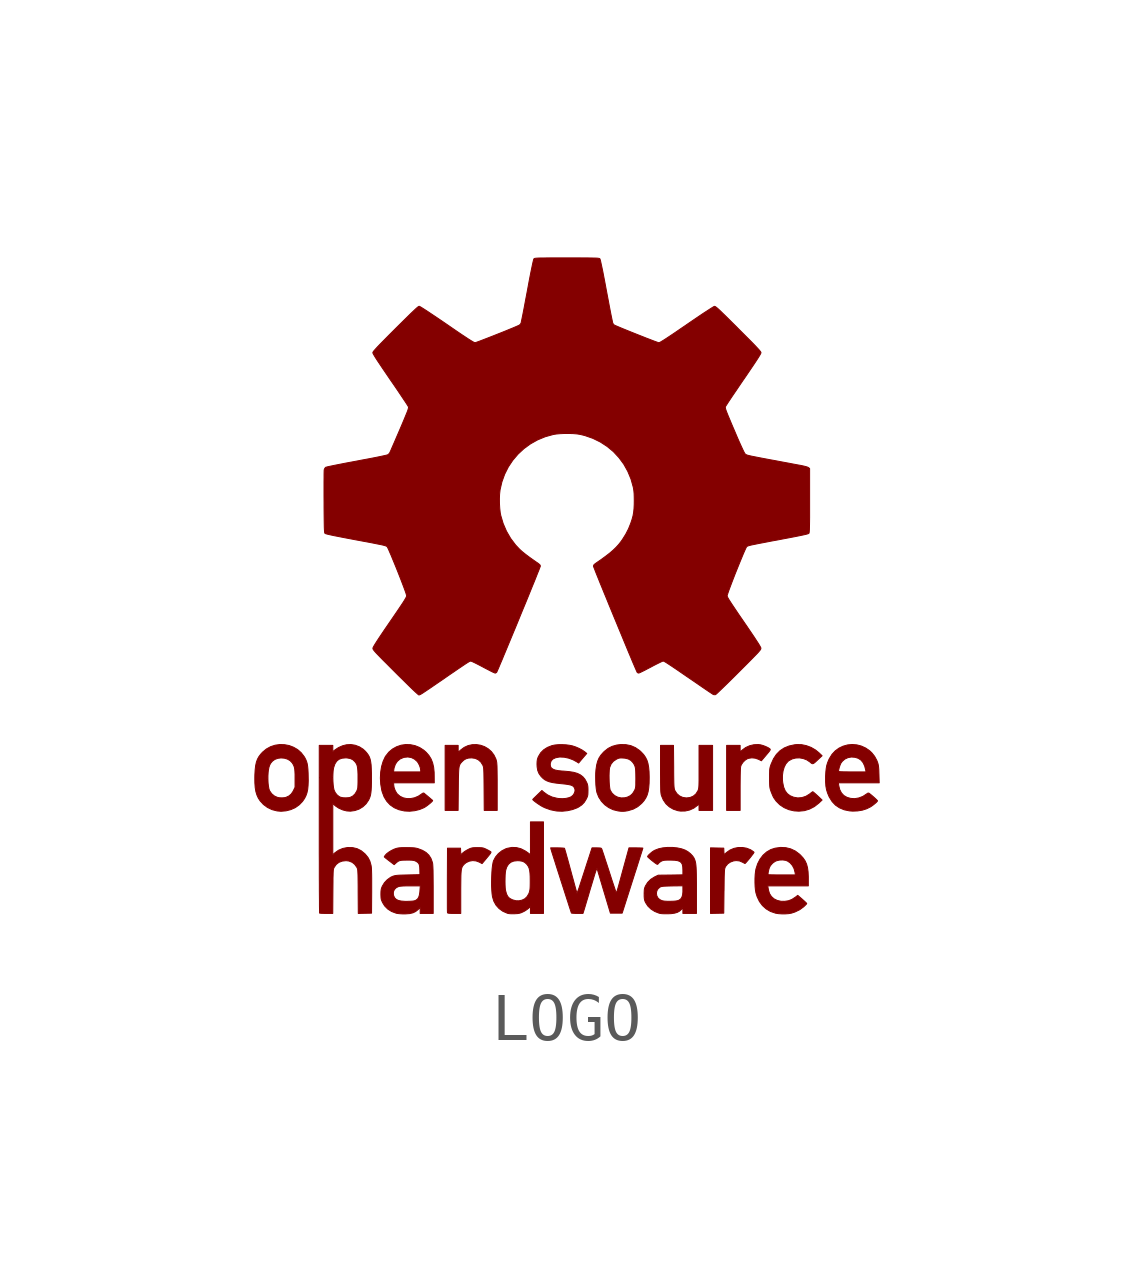
<source format=kicad_sym>
(kicad_symbol_lib
  (version 20220914)
  (generator bitmap2component)
  (symbol "LOGO"
    (pin_names
      (offset 1.016))
    (property "Reference" "#G"
      (at 0 6.203 0)
      (effects (font (size 1.27 1.27)) hide))
    (symbol "LOGO_0_0"
      (polyline (pts (xy -3.359 -6.836) (xy -3.276 -6.83) (xy -3.207 -6.814) (xy -3.151 -6.787) (xy -3.103 -6.749) (xy -3.056 -6.703) (xy -3.056 -6.765) (xy -3.056 -6.827) (xy -2.92 -6.827) (xy -2.785 -6.827) (xy -2.785 -6.334) (xy -2.785 -6.267) (xy -2.786 -6.136) (xy -2.787 -6.024) (xy -2.788 -5.933) (xy -2.791 -5.862) (xy -2.794 -5.813) (xy -2.797 -5.784) (xy -2.803 -5.76) (xy -2.832 -5.679) (xy -2.876 -5.612) (xy -2.934 -5.557) (xy -3.01 -5.512) (xy -3.105 -5.476) (xy -3.129 -5.47) (xy -3.165 -5.463) (xy -3.208 -5.459) (xy -3.264 -5.457) (xy -3.338 -5.456) (xy -3.388 -5.456) (xy -3.442 -5.457) (xy -3.484 -5.46) (xy -3.517 -5.464) (xy -3.547 -5.471) (xy -3.578 -5.481) (xy -3.609 -5.493) (xy -3.664 -5.521) (xy -3.715 -5.553) (xy -3.758 -5.587) (xy -3.786 -5.618) (xy -3.798 -5.638) (xy -3.804 -5.649) (xy -3.795 -5.657) (xy -3.773 -5.676) (xy -3.741 -5.701) (xy -3.701 -5.732) (xy -3.598 -5.811) (xy -3.555 -5.772) (xy -3.552 -5.77) (xy -3.527 -5.749) (xy -3.502 -5.734) (xy -3.474 -5.725) (xy -3.437 -5.719) (xy -3.388 -5.717) (xy -3.321 -5.716) (xy -3.277 -5.716) (xy -3.231 -5.718) (xy -3.197 -5.722) (xy -3.171 -5.728) (xy -3.149 -5.738) (xy -3.113 -5.759) (xy -3.089 -5.783) (xy -3.074 -5.814) (xy -3.066 -5.858) (xy -3.063 -5.918) (xy -3.061 -6.019) (xy -3.316 -6.025) (xy -3.362 -6.026) (xy -3.434 -6.028) (xy -3.49 -6.03) (xy -3.532 -6.033) (xy -3.564 -6.037) (xy -3.589 -6.042) (xy -3.611 -6.048) (xy -3.633 -6.056) (xy -3.671 -6.074) (xy -3.74 -6.123) (xy -3.799 -6.185) (xy -3.842 -6.255) (xy -3.849 -6.27) (xy -3.862 -6.303) (xy -3.869 -6.335) (xy -3.873 -6.374) (xy -3.874 -6.426) (xy -3.874 -6.431) (xy -3.615 -6.431) (xy -3.614 -6.377) (xy -3.593 -6.329) (xy -3.555 -6.291) (xy -3.503 -6.265) (xy -3.496 -6.264) (xy -3.461 -6.259) (xy -3.408 -6.255) (xy -3.339 -6.253) (xy -3.256 -6.253) (xy -3.053 -6.253) (xy -3.061 -6.353) (xy -3.063 -6.381) (xy -3.073 -6.445) (xy -3.088 -6.492) (xy -3.111 -6.526) (xy -3.142 -6.55) (xy -3.157 -6.557) (xy -3.18 -6.565) (xy -3.212 -6.57) (xy -3.255 -6.573) (xy -3.316 -6.575) (xy -3.377 -6.575) (xy -3.453 -6.569) (xy -3.511 -6.556) (xy -3.555 -6.534) (xy -3.587 -6.503) (xy -3.607 -6.462) (xy -3.615 -6.431) (xy -3.874 -6.431) (xy -3.873 -6.465) (xy -3.871 -6.504) (xy -3.866 -6.535) (xy -3.855 -6.565) (xy -3.838 -6.602) (xy -3.796 -6.67) (xy -3.732 -6.735) (xy -3.652 -6.786) (xy -3.556 -6.822) (xy -3.542 -6.825) (xy -3.5 -6.831) (xy -3.449 -6.835) (xy -3.395 -6.837) (xy -3.359 -6.836)) (stroke (width 0.01) (type default)) (fill (type outline)))
      (polyline (pts (xy -1.082 -6.833) (xy -1.031 -6.83) (xy -0.992 -6.824) (xy -0.957 -6.814) (xy -0.919 -6.797) (xy -0.881 -6.778) (xy -0.838 -6.75) (xy -0.803 -6.724) (xy -0.759 -6.683) (xy -0.759 -6.755) (xy -0.759 -6.827) (xy -0.623 -6.827) (xy -0.488 -6.827) (xy -0.488 -5.873) (xy -0.488 -4.92) (xy -0.623 -4.92) (xy -0.759 -4.92) (xy -0.759 -5.261) (xy -0.759 -5.603) (xy -0.816 -5.56) (xy -0.866 -5.526) (xy -0.958 -5.479) (xy -1.052 -5.455) (xy -1.147 -5.452) (xy -1.244 -5.471) (xy -1.276 -5.482) (xy -1.357 -5.524) (xy -1.429 -5.582) (xy -1.487 -5.652) (xy -1.528 -5.73) (xy -1.537 -5.761) (xy -1.548 -5.82) (xy -1.557 -5.893) (xy -1.563 -5.977) (xy -1.567 -6.067) (xy -1.569 -6.16) (xy -1.569 -6.16) (xy -1.289 -6.16) (xy -1.288 -6.089) (xy -1.286 -6.023) (xy -1.281 -5.966) (xy -1.274 -5.925) (xy -1.254 -5.862) (xy -1.218 -5.803) (xy -1.169 -5.761) (xy -1.106 -5.736) (xy -1.03 -5.728) (xy -0.986 -5.73) (xy -0.927 -5.74) (xy -0.881 -5.762) (xy -0.842 -5.796) (xy -0.825 -5.816) (xy -0.803 -5.849) (xy -0.787 -5.886) (xy -0.776 -5.93) (xy -0.769 -5.986) (xy -0.765 -6.056) (xy -0.764 -6.144) (xy -0.764 -6.194) (xy -0.765 -6.256) (xy -0.767 -6.302) (xy -0.771 -6.338) (xy -0.777 -6.366) (xy -0.784 -6.392) (xy -0.792 -6.413) (xy -0.829 -6.476) (xy -0.877 -6.522) (xy -0.935 -6.55) (xy -1 -6.564) (xy -1.06 -6.563) (xy -1.124 -6.546) (xy -1.145 -6.538) (xy -1.195 -6.511) (xy -1.232 -6.473) (xy -1.258 -6.421) (xy -1.277 -6.352) (xy -1.28 -6.34) (xy -1.285 -6.291) (xy -1.288 -6.229) (xy -1.289 -6.16) (xy -1.569 -6.16) (xy -1.569 -6.252) (xy -1.565 -6.338) (xy -1.559 -6.415) (xy -1.55 -6.479) (xy -1.522 -6.572) (xy -1.476 -6.655) (xy -1.413 -6.725) (xy -1.334 -6.782) (xy -1.241 -6.823) (xy -1.217 -6.829) (xy -1.163 -6.834) (xy -1.093 -6.834) (xy -1.082 -6.833)) (stroke (width 0.01) (type default)) (fill (type outline)))
      (polyline (pts (xy 2.108 -6.834) (xy 2.173 -6.831) (xy 2.244 -6.821) (xy 2.301 -6.804) (xy 2.346 -6.779) (xy 2.384 -6.744) (xy 2.416 -6.707) (xy 2.416 -6.767) (xy 2.416 -6.827) (xy 2.557 -6.827) (xy 2.698 -6.827) (xy 2.698 -6.342) (xy 2.698 -6.327) (xy 2.698 -6.201) (xy 2.697 -6.095) (xy 2.696 -6.006) (xy 2.694 -5.932) (xy 2.691 -5.872) (xy 2.687 -5.822) (xy 2.682 -5.782) (xy 2.675 -5.749) (xy 2.667 -5.721) (xy 2.657 -5.695) (xy 2.646 -5.671) (xy 2.619 -5.631) (xy 2.574 -5.583) (xy 2.521 -5.541) (xy 2.465 -5.509) (xy 2.392 -5.482) (xy 2.299 -5.462) (xy 2.199 -5.452) (xy 2.097 -5.452) (xy 1.998 -5.461) (xy 1.908 -5.481) (xy 1.833 -5.51) (xy 1.812 -5.521) (xy 1.776 -5.545) (xy 1.741 -5.574) (xy 1.71 -5.602) (xy 1.688 -5.627) (xy 1.68 -5.643) (xy 1.684 -5.649) (xy 1.702 -5.667) (xy 1.73 -5.691) (xy 1.764 -5.72) (xy 1.801 -5.749) (xy 1.835 -5.775) (xy 1.863 -5.794) (xy 1.88 -5.804) (xy 1.892 -5.803) (xy 1.907 -5.787) (xy 1.912 -5.78) (xy 1.934 -5.76) (xy 1.964 -5.74) (xy 1.973 -5.736) (xy 1.994 -5.727) (xy 2.018 -5.721) (xy 2.048 -5.718) (xy 2.091 -5.716) (xy 2.151 -5.716) (xy 2.165 -5.716) (xy 2.246 -5.719) (xy 2.307 -5.728) (xy 2.353 -5.745) (xy 2.384 -5.771) (xy 2.404 -5.808) (xy 2.413 -5.858) (xy 2.416 -5.924) (xy 2.416 -6.023) (xy 2.159 -6.027) (xy 1.902 -6.03) (xy 1.831 -6.064) (xy 1.823 -6.068) (xy 1.746 -6.117) (xy 1.683 -6.18) (xy 1.637 -6.253) (xy 1.628 -6.274) (xy 1.618 -6.302) (xy 1.612 -6.332) (xy 1.61 -6.371) (xy 1.609 -6.405) (xy 1.864 -6.405) (xy 1.874 -6.355) (xy 1.9 -6.311) (xy 1.942 -6.277) (xy 1.948 -6.274) (xy 1.964 -6.268) (xy 1.987 -6.264) (xy 2.018 -6.26) (xy 2.061 -6.258) (xy 2.12 -6.256) (xy 2.197 -6.254) (xy 2.416 -6.251) (xy 2.416 -6.346) (xy 2.416 -6.38) (xy 2.409 -6.445) (xy 2.393 -6.492) (xy 2.369 -6.527) (xy 2.334 -6.551) (xy 2.329 -6.553) (xy 2.303 -6.562) (xy 2.269 -6.568) (xy 2.224 -6.572) (xy 2.162 -6.574) (xy 2.092 -6.574) (xy 2.036 -6.571) (xy 1.992 -6.564) (xy 1.957 -6.551) (xy 1.926 -6.532) (xy 1.894 -6.501) (xy 1.871 -6.455) (xy 1.864 -6.405) (xy 1.609 -6.405) (xy 1.609 -6.426) (xy 1.609 -6.472) (xy 1.612 -6.513) (xy 1.617 -6.543) (xy 1.625 -6.57) (xy 1.639 -6.601) (xy 1.686 -6.673) (xy 1.751 -6.736) (xy 1.83 -6.786) (xy 1.921 -6.822) (xy 1.925 -6.823) (xy 1.97 -6.831) (xy 2.03 -6.834) (xy 2.108 -6.834)) (stroke (width 0.01) (type default)) (fill (type outline)))
      (polyline (pts (xy 4.619 -6.831) (xy 4.676 -6.821) (xy 4.75 -6.797) (xy 4.849 -6.749) (xy 4.933 -6.687) (xy 4.94 -6.68) (xy 4.968 -6.653) (xy 4.988 -6.632) (xy 4.995 -6.621) (xy 4.989 -6.612) (xy 4.969 -6.592) (xy 4.939 -6.564) (xy 4.902 -6.531) (xy 4.808 -6.45) (xy 4.758 -6.489) (xy 4.757 -6.489) (xy 4.686 -6.535) (xy 4.614 -6.563) (xy 4.534 -6.575) (xy 4.459 -6.574) (xy 4.381 -6.556) (xy 4.314 -6.523) (xy 4.26 -6.475) (xy 4.221 -6.415) (xy 4.199 -6.344) (xy 4.198 -6.338) (xy 4.192 -6.304) (xy 4.187 -6.277) (xy 4.182 -6.253) (xy 4.605 -6.253) (xy 5.028 -6.253) (xy 5.028 -6.092) (xy 5.028 -6.062) (xy 5.023 -5.959) (xy 5.011 -5.872) (xy 4.991 -5.798) (xy 4.961 -5.732) (xy 4.92 -5.672) (xy 4.866 -5.613) (xy 4.845 -5.593) (xy 4.757 -5.527) (xy 4.661 -5.482) (xy 4.558 -5.457) (xy 4.449 -5.452) (xy 4.335 -5.468) (xy 4.246 -5.497) (xy 4.16 -5.547) (xy 4.085 -5.614) (xy 4.022 -5.697) (xy 3.972 -5.794) (xy 3.937 -5.903) (xy 3.929 -5.949) (xy 3.923 -6.004) (xy 4.189 -6.004) (xy 4.192 -5.975) (xy 4.199 -5.939) (xy 4.208 -5.903) (xy 4.218 -5.872) (xy 4.239 -5.832) (xy 4.284 -5.78) (xy 4.338 -5.742) (xy 4.369 -5.729) (xy 4.431 -5.715) (xy 4.497 -5.713) (xy 4.556 -5.721) (xy 4.593 -5.735) (xy 4.65 -5.774) (xy 4.697 -5.829) (xy 4.732 -5.896) (xy 4.752 -5.973) (xy 4.76 -6.025) (xy 4.478 -6.025) (xy 4.409 -6.025) (xy 4.34 -6.024) (xy 4.281 -6.023) (xy 4.234 -6.022) (xy 4.204 -6.021) (xy 4.192 -6.019) (xy 4.191 -6.019) (xy 4.189 -6.004) (xy 3.923 -6.004) (xy 3.921 -6.021) (xy 3.917 -6.102) (xy 3.917 -6.187) (xy 3.92 -6.268) (xy 3.927 -6.341) (xy 3.937 -6.398) (xy 3.962 -6.478) (xy 4.01 -6.578) (xy 4.073 -6.663) (xy 4.15 -6.732) (xy 4.239 -6.785) (xy 4.341 -6.82) (xy 4.342 -6.821) (xy 4.403 -6.831) (xy 4.474 -6.836) (xy 4.549 -6.836) (xy 4.619 -6.831)) (stroke (width 0.01) (type default)) (fill (type outline)))
      (polyline (pts (xy -4.207 -6.824) (xy -4.069 -6.821) (xy -4.066 -6.383) (xy -4.066 -6.302) (xy -4.066 -6.195) (xy -4.066 -6.098) (xy -4.067 -6.013) (xy -4.069 -5.944) (xy -4.071 -5.891) (xy -4.074 -5.858) (xy -4.08 -5.822) (xy -4.104 -5.737) (xy -4.142 -5.663) (xy -4.199 -5.593) (xy -4.21 -5.582) (xy -4.286 -5.52) (xy -4.37 -5.478) (xy -4.462 -5.456) (xy -4.563 -5.454) (xy -4.576 -5.455) (xy -4.67 -5.474) (xy -4.757 -5.511) (xy -4.832 -5.564) (xy -4.876 -5.605) (xy -4.876 -5.071) (xy -4.876 -4.538) (xy -4.833 -4.577) (xy -4.818 -4.59) (xy -4.748 -4.636) (xy -4.668 -4.671) (xy -4.586 -4.692) (xy -4.508 -4.697) (xy -4.416 -4.684) (xy -4.329 -4.654) (xy -4.25 -4.606) (xy -4.183 -4.543) (xy -4.131 -4.467) (xy -4.118 -4.44) (xy -4.103 -4.403) (xy -4.091 -4.363) (xy -4.083 -4.316) (xy -4.077 -4.26) (xy -4.073 -4.191) (xy -4.071 -4.107) (xy -4.071 -4.004) (xy -4.071 -3.906) (xy -4.074 -3.812) (xy -4.078 -3.733) (xy -4.087 -3.669) (xy -4.098 -3.615) (xy -4.114 -3.569) (xy -4.136 -3.528) (xy -4.163 -3.49) (xy -4.196 -3.451) (xy -4.243 -3.407) (xy -4.321 -3.357) (xy -4.408 -3.324) (xy -4.499 -3.309) (xy -4.591 -3.314) (xy -4.673 -3.335) (xy -4.757 -3.372) (xy -4.83 -3.42) (xy -4.876 -3.458) (xy -4.876 -3.392) (xy -4.876 -3.327) (xy -5.017 -3.327) (xy -5.158 -3.327) (xy -5.158 -3.999) (xy -4.875 -3.999) (xy -4.873 -3.924) (xy -4.869 -3.857) (xy -4.861 -3.804) (xy -4.858 -3.789) (xy -4.832 -3.713) (xy -4.796 -3.657) (xy -4.748 -3.617) (xy -4.686 -3.594) (xy -4.611 -3.587) (xy -4.58 -3.588) (xy -4.512 -3.6) (xy -4.458 -3.626) (xy -4.413 -3.668) (xy -4.413 -3.669) (xy -4.393 -3.696) (xy -4.377 -3.725) (xy -4.366 -3.76) (xy -4.359 -3.803) (xy -4.354 -3.857) (xy -4.351 -3.927) (xy -4.351 -4.015) (xy -4.351 -4.087) (xy -4.352 -4.142) (xy -4.354 -4.183) (xy -4.356 -4.213) (xy -4.361 -4.236) (xy -4.368 -4.256) (xy -4.377 -4.278) (xy -4.378 -4.281) (xy -4.415 -4.34) (xy -4.462 -4.384) (xy -4.516 -4.41) (xy -4.55 -4.416) (xy -4.607 -4.42) (xy -4.665 -4.417) (xy -4.713 -4.407) (xy -4.743 -4.393) (xy -4.787 -4.358) (xy -4.825 -4.31) (xy -4.85 -4.256) (xy -4.85 -4.256) (xy -4.86 -4.21) (xy -4.868 -4.147) (xy -4.873 -4.075) (xy -4.875 -3.999) (xy -5.158 -3.999) (xy -5.158 -5.069) (xy -5.158 -5.21) (xy -5.158 -5.399) (xy -5.158 -5.581) (xy -5.157 -5.755) (xy -5.157 -5.92) (xy -5.157 -6.074) (xy -5.156 -6.218) (xy -5.156 -6.349) (xy -5.155 -6.466) (xy -5.154 -6.569) (xy -5.154 -6.655) (xy -5.153 -6.725) (xy -5.152 -6.776) (xy -5.152 -6.808) (xy -5.151 -6.819) (xy -5.151 -6.82) (xy -5.137 -6.822) (xy -5.106 -6.825) (xy -5.062 -6.826) (xy -5.01 -6.827) (xy -4.877 -6.827) (xy -4.874 -6.369) (xy -4.873 -6.259) (xy -4.872 -6.166) (xy -4.872 -6.091) (xy -4.87 -6.032) (xy -4.869 -5.986) (xy -4.867 -5.95) (xy -4.865 -5.924) (xy -4.862 -5.905) (xy -4.858 -5.89) (xy -4.853 -5.878) (xy -4.847 -5.867) (xy -4.805 -5.807) (xy -4.749 -5.763) (xy -4.681 -5.737) (xy -4.6 -5.728) (xy -4.541 -5.735) (xy -4.475 -5.761) (xy -4.419 -5.805) (xy -4.374 -5.868) (xy -4.369 -5.878) (xy -4.364 -5.89) (xy -4.36 -5.904) (xy -4.357 -5.924) (xy -4.355 -5.95) (xy -4.353 -5.985) (xy -4.351 -6.031) (xy -4.35 -6.09) (xy -4.349 -6.165) (xy -4.348 -6.258) (xy -4.348 -6.369) (xy -4.345 -6.827) (xy -4.207 -6.824)) (stroke (width 0.01) (type default)) (fill (type outline)))
      (polyline (pts (xy -2.211 -6.384) (xy -2.211 -6.309) (xy -2.21 -6.203) (xy -2.209 -6.115) (xy -2.208 -6.042) (xy -2.205 -5.984) (xy -2.201 -5.938) (xy -2.196 -5.902) (xy -2.188 -5.874) (xy -2.178 -5.851) (xy -2.166 -5.832) (xy -2.151 -5.815) (xy -2.133 -5.796) (xy -2.096 -5.767) (xy -2.032 -5.738) (xy -1.963 -5.726) (xy -1.892 -5.733) (xy -1.823 -5.759) (xy -1.767 -5.789) (xy -1.741 -5.758) (xy -1.711 -5.723) (xy -1.665 -5.667) (xy -1.63 -5.625) (xy -1.606 -5.595) (xy -1.591 -5.574) (xy -1.583 -5.559) (xy -1.581 -5.55) (xy -1.584 -5.544) (xy -1.59 -5.539) (xy -1.59 -5.539) (xy -1.61 -5.527) (xy -1.642 -5.509) (xy -1.68 -5.49) (xy -1.681 -5.489) (xy -1.715 -5.474) (xy -1.743 -5.464) (xy -1.773 -5.459) (xy -1.811 -5.457) (xy -1.864 -5.456) (xy -1.865 -5.456) (xy -1.918 -5.457) (xy -1.956 -5.459) (xy -1.986 -5.465) (xy -2.015 -5.474) (xy -2.049 -5.49) (xy -2.088 -5.511) (xy -2.132 -5.538) (xy -2.165 -5.564) (xy -2.209 -5.604) (xy -2.213 -5.535) (xy -2.216 -5.467) (xy -2.352 -5.467) (xy -2.487 -5.467) (xy -2.49 -6.133) (xy -2.49 -6.144) (xy -2.49 -6.262) (xy -2.49 -6.374) (xy -2.49 -6.477) (xy -2.49 -6.57) (xy -2.49 -6.65) (xy -2.49 -6.717) (xy -2.489 -6.768) (xy -2.488 -6.8) (xy -2.487 -6.813) (xy -2.487 -6.814) (xy -2.477 -6.82) (xy -2.451 -6.824) (xy -2.409 -6.826) (xy -2.346 -6.827) (xy -2.211 -6.827) (xy -2.211 -6.384)) (stroke (width 0.01) (type default)) (fill (type outline)))
      (polyline (pts (xy 0.356 -6.759) (xy 0.357 -6.756) (xy 0.366 -6.727) (xy 0.38 -6.68) (xy 0.398 -6.619) (xy 0.42 -6.545) (xy 0.445 -6.463) (xy 0.471 -6.373) (xy 0.499 -6.279) (xy 0.504 -6.264) (xy 0.534 -6.164) (xy 0.559 -6.082) (xy 0.578 -6.018) (xy 0.594 -5.969) (xy 0.606 -5.934) (xy 0.615 -5.911) (xy 0.622 -5.898) (xy 0.626 -5.894) (xy 0.63 -5.897) (xy 0.633 -5.906) (xy 0.635 -5.912) (xy 0.643 -5.94) (xy 0.656 -5.984) (xy 0.674 -6.044) (xy 0.695 -6.116) (xy 0.72 -6.198) (xy 0.746 -6.287) (xy 0.775 -6.383) (xy 0.906 -6.821) (xy 1.028 -6.821) (xy 1.151 -6.821) (xy 1.366 -6.146) (xy 1.381 -6.1) (xy 1.417 -5.986) (xy 1.452 -5.879) (xy 1.483 -5.78) (xy 1.511 -5.692) (xy 1.535 -5.616) (xy 1.555 -5.554) (xy 1.57 -5.507) (xy 1.579 -5.477) (xy 1.582 -5.466) (xy 1.581 -5.466) (xy 1.567 -5.464) (xy 1.535 -5.463) (xy 1.491 -5.462) (xy 1.438 -5.461) (xy 1.293 -5.461) (xy 1.197 -5.811) (xy 1.186 -5.851) (xy 1.161 -5.942) (xy 1.137 -6.03) (xy 1.115 -6.112) (xy 1.095 -6.184) (xy 1.079 -6.243) (xy 1.067 -6.284) (xy 1.067 -6.286) (xy 1.053 -6.333) (xy 1.041 -6.37) (xy 1.032 -6.393) (xy 1.027 -6.398) (xy 1.025 -6.394) (xy 1.017 -6.371) (xy 1.004 -6.331) (xy 0.986 -6.276) (xy 0.963 -6.208) (xy 0.937 -6.13) (xy 0.909 -6.042) (xy 0.879 -5.949) (xy 0.863 -5.899) (xy 0.833 -5.807) (xy 0.805 -5.723) (xy 0.781 -5.648) (xy 0.76 -5.584) (xy 0.743 -5.535) (xy 0.732 -5.501) (xy 0.726 -5.486) (xy 0.721 -5.476) (xy 0.712 -5.468) (xy 0.695 -5.464) (xy 0.665 -5.462) (xy 0.619 -5.461) (xy 0.523 -5.461) (xy 0.446 -5.7) (xy 0.418 -5.784) (xy 0.386 -5.884) (xy 0.352 -5.989) (xy 0.319 -6.09) (xy 0.29 -6.179) (xy 0.276 -6.222) (xy 0.256 -6.285) (xy 0.237 -6.337) (xy 0.223 -6.377) (xy 0.214 -6.402) (xy 0.209 -6.409) (xy 0.208 -6.403) (xy 0.201 -6.377) (xy 0.189 -6.335) (xy 0.173 -6.277) (xy 0.154 -6.207) (xy 0.132 -6.125) (xy 0.107 -6.036) (xy 0.081 -5.939) (xy 0.063 -5.873) (xy 0.038 -5.781) (xy 0.015 -5.697) (xy -0.006 -5.623) (xy -0.023 -5.561) (xy -0.037 -5.514) (xy -0.046 -5.483) (xy -0.05 -5.471) (xy -0.05 -5.47) (xy -0.066 -5.467) (xy -0.099 -5.464) (xy -0.144 -5.462) (xy -0.197 -5.461) (xy -0.338 -5.461) (xy -0.332 -5.486) (xy -0.332 -5.489) (xy -0.325 -5.509) (xy -0.314 -5.547) (xy -0.297 -5.6) (xy -0.276 -5.667) (xy -0.251 -5.744) (xy -0.224 -5.831) (xy -0.194 -5.925) (xy -0.162 -6.024) (xy -0.13 -6.125) (xy -0.097 -6.227) (xy -0.065 -6.327) (xy -0.034 -6.424) (xy -0.005 -6.514) (xy 0.022 -6.597) (xy 0.045 -6.67) (xy 0.065 -6.731) (xy 0.08 -6.777) (xy 0.09 -6.807) (xy 0.094 -6.819) (xy 0.102 -6.821) (xy 0.129 -6.824) (xy 0.169 -6.826) (xy 0.217 -6.827) (xy 0.335 -6.827) (xy 0.356 -6.759)) (stroke (width 0.01) (type default)) (fill (type outline)))
      (polyline (pts (xy 3.129 -6.824) (xy 3.267 -6.821) (xy 3.272 -6.361) (xy 3.273 -6.348) (xy 3.274 -6.238) (xy 3.275 -6.148) (xy 3.276 -6.074) (xy 3.278 -6.016) (xy 3.28 -5.971) (xy 3.282 -5.937) (xy 3.284 -5.911) (xy 3.288 -5.892) (xy 3.292 -5.878) (xy 3.297 -5.866) (xy 3.303 -5.854) (xy 3.308 -5.845) (xy 3.35 -5.794) (xy 3.407 -5.756) (xy 3.473 -5.732) (xy 3.528 -5.726) (xy 3.594 -5.733) (xy 3.659 -5.761) (xy 3.674 -5.769) (xy 3.698 -5.782) (xy 3.71 -5.787) (xy 3.717 -5.781) (xy 3.735 -5.762) (xy 3.76 -5.733) (xy 3.791 -5.697) (xy 3.822 -5.659) (xy 3.851 -5.621) (xy 3.876 -5.589) (xy 3.892 -5.565) (xy 3.898 -5.554) (xy 3.89 -5.545) (xy 3.867 -5.528) (xy 3.837 -5.508) (xy 3.824 -5.5) (xy 3.743 -5.468) (xy 3.656 -5.453) (xy 3.566 -5.454) (xy 3.479 -5.472) (xy 3.398 -5.506) (xy 3.328 -5.555) (xy 3.273 -5.603) (xy 3.27 -5.535) (xy 3.267 -5.467) (xy 3.129 -5.464) (xy 2.991 -5.461) (xy 2.991 -6.144) (xy 2.991 -6.827) (xy 3.129 -6.824)) (stroke (width 0.01) (type default)) (fill (type outline)))
      (polyline (pts (xy -5.849 -4.69) (xy -5.748 -4.664) (xy -5.654 -4.621) (xy -5.572 -4.562) (xy -5.503 -4.489) (xy -5.503 -4.488) (xy -5.465 -4.433) (xy -5.436 -4.376) (xy -5.414 -4.314) (xy -5.399 -4.244) (xy -5.391 -4.162) (xy -5.387 -4.065) (xy -5.389 -3.95) (xy -5.39 -3.903) (xy -5.394 -3.826) (xy -5.4 -3.764) (xy -5.408 -3.713) (xy -5.42 -3.669) (xy -5.436 -3.628) (xy -5.457 -3.586) (xy -5.474 -3.558) (xy -5.535 -3.479) (xy -5.609 -3.414) (xy -5.694 -3.365) (xy -5.785 -3.33) (xy -5.882 -3.312) (xy -5.98 -3.309) (xy -6.078 -3.323) (xy -6.172 -3.354) (xy -6.259 -3.402) (xy -6.338 -3.467) (xy -6.372 -3.504) (xy -6.413 -3.557) (xy -6.444 -3.613) (xy -6.467 -3.675) (xy -6.483 -3.748) (xy -6.493 -3.835) (xy -6.499 -3.939) (xy -6.5 -3.995) (xy -6.5 -4.038) (xy -6.227 -4.038) (xy -6.227 -3.963) (xy -6.223 -3.891) (xy -6.218 -3.846) (xy -6.206 -3.783) (xy -6.189 -3.733) (xy -6.165 -3.692) (xy -6.132 -3.654) (xy -6.083 -3.619) (xy -6.021 -3.596) (xy -5.954 -3.588) (xy -5.886 -3.593) (xy -5.822 -3.612) (xy -5.766 -3.644) (xy -5.723 -3.688) (xy -5.705 -3.716) (xy -5.689 -3.747) (xy -5.677 -3.78) (xy -5.669 -3.819) (xy -5.665 -3.867) (xy -5.662 -3.93) (xy -5.662 -4.01) (xy -5.662 -4.199) (xy -5.697 -4.271) (xy -5.704 -4.285) (xy -5.742 -4.34) (xy -5.789 -4.38) (xy -5.851 -4.409) (xy -5.883 -4.416) (xy -5.932 -4.42) (xy -5.984 -4.418) (xy -6.025 -4.411) (xy -6.091 -4.382) (xy -6.149 -4.334) (xy -6.193 -4.271) (xy -6.206 -4.233) (xy -6.216 -4.178) (xy -6.224 -4.112) (xy -6.227 -4.038) (xy -6.5 -4.038) (xy -6.499 -4.109) (xy -6.492 -4.206) (xy -6.478 -4.289) (xy -6.456 -4.361) (xy -6.427 -4.425) (xy -6.388 -4.484) (xy -6.321 -4.557) (xy -6.236 -4.62) (xy -6.141 -4.665) (xy -6.036 -4.692) (xy -5.954 -4.699) (xy -5.849 -4.69)) (stroke (width 0.01) (type default)) (fill (type outline)))
      (polyline (pts (xy -3.17 -4.687) (xy -3.067 -4.662) (xy -2.976 -4.624) (xy -2.948 -4.607) (xy -2.913 -4.583) (xy -2.877 -4.555) (xy -2.843 -4.527) (xy -2.816 -4.502) (xy -2.799 -4.483) (xy -2.796 -4.473) (xy -2.799 -4.471) (xy -2.816 -4.457) (xy -2.843 -4.434) (xy -2.877 -4.405) (xy -2.892 -4.392) (xy -2.927 -4.363) (xy -2.955 -4.34) (xy -2.971 -4.326) (xy -2.979 -4.32) (xy -2.992 -4.319) (xy -3.011 -4.328) (xy -3.04 -4.349) (xy -3.095 -4.385) (xy -3.173 -4.418) (xy -3.253 -4.434) (xy -3.333 -4.435) (xy -3.408 -4.419) (xy -3.475 -4.387) (xy -3.531 -4.339) (xy -3.546 -4.32) (xy -3.578 -4.264) (xy -3.6 -4.202) (xy -3.608 -4.144) (xy -3.608 -4.107) (xy -3.186 -4.107) (xy -2.763 -4.107) (xy -2.764 -3.969) (xy -2.765 -3.887) (xy -2.776 -3.78) (xy -2.797 -3.689) (xy -2.829 -3.609) (xy -2.873 -3.538) (xy -2.93 -3.472) (xy -2.982 -3.426) (xy -3.069 -3.37) (xy -3.163 -3.332) (xy -3.26 -3.312) (xy -3.358 -3.309) (xy -3.454 -3.323) (xy -3.547 -3.355) (xy -3.633 -3.403) (xy -3.709 -3.467) (xy -3.773 -3.548) (xy -3.785 -3.567) (xy -3.828 -3.66) (xy -3.86 -3.767) (xy -3.878 -3.879) (xy -3.611 -3.879) (xy -3.604 -3.824) (xy -3.599 -3.795) (xy -3.573 -3.72) (xy -3.532 -3.659) (xy -3.476 -3.611) (xy -3.407 -3.581) (xy -3.391 -3.576) (xy -3.314 -3.568) (xy -3.241 -3.58) (xy -3.175 -3.612) (xy -3.118 -3.662) (xy -3.099 -3.689) (xy -3.071 -3.742) (xy -3.052 -3.798) (xy -3.045 -3.848) (xy -3.045 -3.879) (xy -3.328 -3.879) (xy -3.611 -3.879) (xy -3.878 -3.879) (xy -3.879 -3.884) (xy -3.885 -4.007) (xy -3.878 -4.133) (xy -3.857 -4.257) (xy -3.847 -4.295) (xy -3.807 -4.401) (xy -3.751 -4.491) (xy -3.681 -4.566) (xy -3.596 -4.625) (xy -3.498 -4.667) (xy -3.387 -4.692) (xy -3.382 -4.693) (xy -3.277 -4.698) (xy -3.17 -4.687)) (stroke (width 0.01) (type default)) (fill (type outline)))
      (polyline (pts (xy 0.013 -4.687) (xy 0.118 -4.663) (xy 0.211 -4.628) (xy 0.242 -4.612) (xy 0.31 -4.566) (xy 0.362 -4.512) (xy 0.403 -4.445) (xy 0.419 -4.412) (xy 0.43 -4.382) (xy 0.436 -4.353) (xy 0.438 -4.316) (xy 0.439 -4.264) (xy 0.439 -4.238) (xy 0.437 -4.192) (xy 0.432 -4.157) (xy 0.424 -4.127) (xy 0.41 -4.096) (xy 0.409 -4.093) (xy 0.375 -4.031) (xy 0.333 -3.981) (xy 0.281 -3.941) (xy 0.218 -3.91) (xy 0.141 -3.888) (xy 0.047 -3.873) (xy -0.065 -3.863) (xy -0.104 -3.861) (xy -0.186 -3.852) (xy -0.249 -3.839) (xy -0.294 -3.82) (xy -0.325 -3.796) (xy -0.342 -3.765) (xy -0.347 -3.726) (xy -0.344 -3.694) (xy -0.326 -3.646) (xy -0.289 -3.609) (xy -0.234 -3.584) (xy -0.161 -3.57) (xy -0.142 -3.569) (xy -0.054 -3.573) (xy 0.038 -3.593) (xy 0.129 -3.627) (xy 0.211 -3.672) (xy 0.244 -3.694) (xy 0.328 -3.594) (xy 0.413 -3.495) (xy 0.377 -3.465) (xy 0.374 -3.463) (xy 0.321 -3.426) (xy 0.254 -3.39) (xy 0.182 -3.359) (xy 0.112 -3.336) (xy 0.058 -3.325) (xy -0.018 -3.315) (xy -0.099 -3.311) (xy -0.179 -3.312) (xy -0.251 -3.319) (xy -0.308 -3.331) (xy -0.31 -3.331) (xy -0.406 -3.369) (xy -0.484 -3.419) (xy -0.546 -3.481) (xy -0.592 -3.557) (xy -0.606 -3.59) (xy -0.616 -3.626) (xy -0.621 -3.665) (xy -0.623 -3.717) (xy -0.62 -3.776) (xy -0.607 -3.851) (xy -0.581 -3.914) (xy -0.54 -3.971) (xy -0.505 -4.007) (xy -0.465 -4.04) (xy -0.419 -4.065) (xy -0.366 -4.085) (xy -0.3 -4.101) (xy -0.22 -4.113) (xy -0.121 -4.124) (xy -0.106 -4.125) (xy -0.024 -4.134) (xy 0.04 -4.144) (xy 0.087 -4.155) (xy 0.12 -4.17) (xy 0.143 -4.19) (xy 0.158 -4.214) (xy 0.168 -4.245) (xy 0.169 -4.279) (xy 0.154 -4.324) (xy 0.127 -4.366) (xy 0.089 -4.397) (xy 0.047 -4.415) (xy -0.02 -4.431) (xy -0.096 -4.437) (xy -0.174 -4.433) (xy -0.206 -4.428) (xy -0.31 -4.402) (xy -0.401 -4.359) (xy -0.483 -4.3) (xy -0.521 -4.266) (xy -0.615 -4.357) (xy -0.616 -4.358) (xy -0.653 -4.394) (xy -0.683 -4.423) (xy -0.704 -4.444) (xy -0.712 -4.454) (xy -0.707 -4.462) (xy -0.687 -4.48) (xy -0.657 -4.504) (xy -0.62 -4.531) (xy -0.58 -4.558) (xy -0.541 -4.583) (xy -0.508 -4.602) (xy -0.453 -4.628) (xy -0.34 -4.668) (xy -0.227 -4.691) (xy -0.206 -4.694) (xy -0.098 -4.698) (xy 0.013 -4.687)) (stroke (width 0.01) (type default)) (fill (type outline)))
      (polyline (pts (xy 1.212 -4.697) (xy 1.268 -4.688) (xy 1.28 -4.685) (xy 1.382 -4.654) (xy 1.474 -4.604) (xy 1.556 -4.535) (xy 1.561 -4.53) (xy 1.607 -4.477) (xy 1.643 -4.422) (xy 1.671 -4.362) (xy 1.691 -4.293) (xy 1.704 -4.212) (xy 1.712 -4.117) (xy 1.714 -4.004) (xy 1.714 -3.982) (xy 1.711 -3.873) (xy 1.702 -3.78) (xy 1.688 -3.702) (xy 1.667 -3.635) (xy 1.637 -3.575) (xy 1.599 -3.52) (xy 1.55 -3.467) (xy 1.516 -3.435) (xy 1.428 -3.374) (xy 1.331 -3.332) (xy 1.226 -3.311) (xy 1.115 -3.31) (xy 1.036 -3.32) (xy 0.942 -3.347) (xy 0.859 -3.389) (xy 0.782 -3.45) (xy 0.761 -3.47) (xy 0.709 -3.529) (xy 0.669 -3.59) (xy 0.641 -3.656) (xy 0.62 -3.734) (xy 0.606 -3.828) (xy 0.605 -3.836) (xy 0.6 -3.904) (xy 0.599 -3.956) (xy 0.878 -3.956) (xy 0.88 -3.893) (xy 0.883 -3.839) (xy 0.888 -3.799) (xy 0.891 -3.785) (xy 0.92 -3.716) (xy 0.966 -3.659) (xy 1.03 -3.616) (xy 1.03 -3.615) (xy 1.064 -3.599) (xy 1.093 -3.591) (xy 1.125 -3.588) (xy 1.17 -3.59) (xy 1.211 -3.593) (xy 1.279 -3.61) (xy 1.333 -3.64) (xy 1.376 -3.685) (xy 1.38 -3.691) (xy 1.399 -3.72) (xy 1.413 -3.748) (xy 1.423 -3.779) (xy 1.43 -3.817) (xy 1.433 -3.866) (xy 1.435 -3.929) (xy 1.436 -4.009) (xy 1.436 -4.036) (xy 1.435 -4.1) (xy 1.435 -4.148) (xy 1.433 -4.183) (xy 1.429 -4.209) (xy 1.424 -4.23) (xy 1.416 -4.25) (xy 1.405 -4.272) (xy 1.369 -4.33) (xy 1.321 -4.374) (xy 1.258 -4.405) (xy 1.206 -4.418) (xy 1.131 -4.421) (xy 1.06 -4.406) (xy 0.996 -4.373) (xy 0.942 -4.324) (xy 0.902 -4.26) (xy 0.898 -4.245) (xy 0.891 -4.206) (xy 0.885 -4.153) (xy 0.881 -4.091) (xy 0.879 -4.024) (xy 0.878 -3.956) (xy 0.599 -3.956) (xy 0.599 -3.982) (xy 0.6 -4.065) (xy 0.603 -4.146) (xy 0.61 -4.218) (xy 0.618 -4.275) (xy 0.626 -4.31) (xy 0.663 -4.404) (xy 0.718 -4.489) (xy 0.788 -4.563) (xy 0.87 -4.622) (xy 0.962 -4.666) (xy 1.062 -4.691) (xy 1.075 -4.693) (xy 1.125 -4.699) (xy 1.168 -4.7) (xy 1.212 -4.697)) (stroke (width 0.01) (type default)) (fill (type outline)))
      (polyline (pts (xy 2.462 -4.694) (xy 2.556 -4.673) (xy 2.644 -4.633) (xy 2.723 -4.574) (xy 2.752 -4.547) (xy 2.752 -4.614) (xy 2.752 -4.681) (xy 2.893 -4.681) (xy 3.034 -4.681) (xy 3.034 -4.004) (xy 3.034 -3.327) (xy 2.893 -3.327) (xy 2.752 -3.327) (xy 2.752 -3.774) (xy 2.752 -3.788) (xy 2.752 -3.896) (xy 2.752 -3.984) (xy 2.752 -4.056) (xy 2.751 -4.112) (xy 2.75 -4.156) (xy 2.748 -4.189) (xy 2.745 -4.214) (xy 2.742 -4.233) (xy 2.738 -4.248) (xy 2.733 -4.262) (xy 2.727 -4.276) (xy 2.726 -4.277) (xy 2.686 -4.339) (xy 2.632 -4.384) (xy 2.566 -4.412) (xy 2.49 -4.421) (xy 2.486 -4.421) (xy 2.412 -4.41) (xy 2.346 -4.38) (xy 2.291 -4.332) (xy 2.25 -4.269) (xy 2.246 -4.261) (xy 2.241 -4.248) (xy 2.237 -4.233) (xy 2.234 -4.213) (xy 2.231 -4.187) (xy 2.229 -4.153) (xy 2.227 -4.107) (xy 2.226 -4.049) (xy 2.225 -3.975) (xy 2.224 -3.884) (xy 2.224 -3.774) (xy 2.22 -3.327) (xy 2.085 -3.327) (xy 1.95 -3.327) (xy 1.95 -3.819) (xy 1.95 -3.908) (xy 1.951 -4.011) (xy 1.951 -4.095) (xy 1.952 -4.163) (xy 1.953 -4.218) (xy 1.954 -4.261) (xy 1.956 -4.295) (xy 1.959 -4.322) (xy 1.962 -4.343) (xy 1.966 -4.361) (xy 1.972 -4.379) (xy 2.008 -4.464) (xy 2.063 -4.543) (xy 2.133 -4.607) (xy 2.217 -4.656) (xy 2.312 -4.687) (xy 2.365 -4.695) (xy 2.462 -4.694)) (stroke (width 0.01) (type default)) (fill (type outline)))
      (polyline (pts (xy 4.947 -4.686) (xy 5.055 -4.653) (xy 5.155 -4.601) (xy 5.248 -4.528) (xy 5.315 -4.465) (xy 5.223 -4.378) (xy 5.188 -4.346) (xy 5.156 -4.318) (xy 5.133 -4.299) (xy 5.122 -4.292) (xy 5.115 -4.294) (xy 5.095 -4.308) (xy 5.068 -4.329) (xy 5.054 -4.341) (xy 4.978 -4.387) (xy 4.895 -4.414) (xy 4.809 -4.421) (xy 4.722 -4.406) (xy 4.65 -4.376) (xy 4.591 -4.332) (xy 4.546 -4.272) (xy 4.514 -4.195) (xy 4.495 -4.101) (xy 4.489 -4.048) (xy 4.489 -3.951) (xy 4.502 -3.86) (xy 4.526 -3.779) (xy 4.561 -3.711) (xy 4.606 -3.659) (xy 4.624 -3.645) (xy 4.691 -3.609) (xy 4.766 -3.59) (xy 4.845 -3.587) (xy 4.924 -3.601) (xy 4.999 -3.63) (xy 5.065 -3.675) (xy 5.086 -3.694) (xy 5.103 -3.705) (xy 5.119 -3.709) (xy 5.137 -3.703) (xy 5.161 -3.686) (xy 5.194 -3.656) (xy 5.239 -3.614) (xy 5.315 -3.543) (xy 5.248 -3.479) (xy 5.179 -3.423) (xy 5.086 -3.369) (xy 4.987 -3.332) (xy 4.885 -3.311) (xy 4.784 -3.31) (xy 4.743 -3.314) (xy 4.628 -3.339) (xy 4.527 -3.38) (xy 4.439 -3.438) (xy 4.364 -3.514) (xy 4.303 -3.606) (xy 4.254 -3.716) (xy 4.252 -3.721) (xy 4.241 -3.754) (xy 4.232 -3.782) (xy 4.227 -3.81) (xy 4.223 -3.841) (xy 4.222 -3.881) (xy 4.221 -3.934) (xy 4.221 -4.004) (xy 4.221 -4.067) (xy 4.222 -4.122) (xy 4.224 -4.164) (xy 4.227 -4.197) (xy 4.232 -4.225) (xy 4.24 -4.253) (xy 4.251 -4.285) (xy 4.253 -4.291) (xy 4.272 -4.338) (xy 4.291 -4.383) (xy 4.307 -4.415) (xy 4.358 -4.487) (xy 4.434 -4.563) (xy 4.524 -4.623) (xy 4.624 -4.666) (xy 4.733 -4.691) (xy 4.833 -4.697) (xy 4.947 -4.686)) (stroke (width 0.01) (type default)) (fill (type outline)))
      (polyline (pts (xy 6.053 -4.692) (xy 6.152 -4.676) (xy 6.243 -4.647) (xy 6.32 -4.609) (xy 6.33 -4.603) (xy 6.369 -4.576) (xy 6.407 -4.546) (xy 6.439 -4.519) (xy 6.461 -4.496) (xy 6.469 -4.482) (xy 6.469 -4.481) (xy 6.46 -4.469) (xy 6.438 -4.447) (xy 6.408 -4.419) (xy 6.374 -4.389) (xy 6.34 -4.36) (xy 6.31 -4.336) (xy 6.288 -4.32) (xy 6.287 -4.32) (xy 6.268 -4.321) (xy 6.24 -4.34) (xy 6.238 -4.341) (xy 6.165 -4.389) (xy 6.082 -4.421) (xy 5.996 -4.436) (xy 5.912 -4.431) (xy 5.834 -4.409) (xy 5.768 -4.371) (xy 5.718 -4.317) (xy 5.682 -4.248) (xy 5.662 -4.164) (xy 5.654 -4.107) (xy 6.079 -4.107) (xy 6.504 -4.107) (xy 6.499 -3.925) (xy 6.498 -3.902) (xy 6.496 -3.834) (xy 6.492 -3.783) (xy 6.487 -3.743) (xy 6.48 -3.711) (xy 6.471 -3.682) (xy 6.454 -3.638) (xy 6.408 -3.554) (xy 6.35 -3.481) (xy 6.309 -3.442) (xy 6.225 -3.383) (xy 6.134 -3.341) (xy 6.039 -3.316) (xy 5.942 -3.308) (xy 5.846 -3.317) (xy 5.753 -3.343) (xy 5.667 -3.384) (xy 5.589 -3.441) (xy 5.522 -3.513) (xy 5.468 -3.6) (xy 5.454 -3.628) (xy 5.43 -3.687) (xy 5.412 -3.745) (xy 5.401 -3.807) (xy 5.394 -3.869) (xy 5.656 -3.869) (xy 5.657 -3.863) (xy 5.663 -3.825) (xy 5.675 -3.779) (xy 5.691 -3.733) (xy 5.707 -3.697) (xy 5.736 -3.658) (xy 5.789 -3.612) (xy 5.854 -3.582) (xy 5.926 -3.569) (xy 6.002 -3.575) (xy 6.069 -3.596) (xy 6.125 -3.633) (xy 6.169 -3.686) (xy 6.202 -3.756) (xy 6.224 -3.844) (xy 6.23 -3.879) (xy 5.943 -3.879) (xy 5.891 -3.879) (xy 5.811 -3.878) (xy 5.746 -3.877) (xy 5.697 -3.875) (xy 5.667 -3.872) (xy 5.656 -3.869) (xy 5.394 -3.869) (xy 5.393 -3.879) (xy 5.388 -3.967) (xy 5.388 -3.986) (xy 5.388 -4.088) (xy 5.394 -4.175) (xy 5.408 -4.252) (xy 5.431 -4.324) (xy 5.462 -4.397) (xy 5.467 -4.406) (xy 5.524 -4.497) (xy 5.594 -4.571) (xy 5.677 -4.627) (xy 5.775 -4.668) (xy 5.886 -4.691) (xy 5.953 -4.696) (xy 6.053 -4.692)) (stroke (width 0.01) (type default)) (fill (type outline)))
      (polyline (pts (xy -2.262 -4.24) (xy -2.261 -4.151) (xy -2.26 -4.049) (xy -2.258 -3.965) (xy -2.256 -3.897) (xy -2.253 -3.842) (xy -2.249 -3.799) (xy -2.243 -3.765) (xy -2.235 -3.739) (xy -2.225 -3.717) (xy -2.212 -3.698) (xy -2.197 -3.68) (xy -2.178 -3.661) (xy -2.147 -3.632) (xy -2.102 -3.606) (xy -2.05 -3.591) (xy -1.983 -3.587) (xy -1.91 -3.597) (xy -1.845 -3.627) (xy -1.792 -3.674) (xy -1.751 -3.739) (xy -1.748 -3.746) (xy -1.743 -3.76) (xy -1.738 -3.775) (xy -1.735 -3.794) (xy -1.733 -3.82) (xy -1.731 -3.855) (xy -1.729 -3.901) (xy -1.728 -3.959) (xy -1.727 -4.033) (xy -1.726 -4.124) (xy -1.725 -4.234) (xy -1.722 -4.681) (xy -1.587 -4.681) (xy -1.452 -4.681) (xy -1.452 -4.196) (xy -1.452 -4.16) (xy -1.452 -4.046) (xy -1.453 -3.95) (xy -1.454 -3.872) (xy -1.455 -3.809) (xy -1.456 -3.759) (xy -1.459 -3.719) (xy -1.461 -3.689) (xy -1.465 -3.665) (xy -1.469 -3.646) (xy -1.479 -3.611) (xy -1.519 -3.528) (xy -1.573 -3.456) (xy -1.639 -3.398) (xy -1.715 -3.353) (xy -1.797 -3.324) (xy -1.883 -3.31) (xy -1.971 -3.312) (xy -2.058 -3.331) (xy -2.14 -3.369) (xy -2.215 -3.425) (xy -2.265 -3.47) (xy -2.265 -3.398) (xy -2.265 -3.327) (xy -2.4 -3.327) (xy -2.536 -3.327) (xy -2.536 -4.004) (xy -2.536 -4.681) (xy -2.401 -4.681) (xy -2.266 -4.681) (xy -2.262 -4.24)) (stroke (width 0.01) (type default)) (fill (type outline)))
      (polyline (pts (xy 3.608 -4.241) (xy 3.608 -4.175) (xy 3.609 -4.056) (xy 3.61 -3.958) (xy 3.612 -3.88) (xy 3.614 -3.821) (xy 3.617 -3.781) (xy 3.621 -3.759) (xy 3.634 -3.728) (xy 3.666 -3.68) (xy 3.709 -3.637) (xy 3.754 -3.607) (xy 3.783 -3.596) (xy 3.852 -3.586) (xy 3.923 -3.593) (xy 3.991 -3.617) (xy 4.051 -3.647) (xy 4.149 -3.531) (xy 4.186 -3.487) (xy 4.213 -3.454) (xy 4.228 -3.432) (xy 4.235 -3.417) (xy 4.234 -3.407) (xy 4.228 -3.4) (xy 4.228 -3.399) (xy 4.192 -3.375) (xy 4.142 -3.351) (xy 4.087 -3.33) (xy 4.033 -3.315) (xy 3.984 -3.309) (xy 3.895 -3.313) (xy 3.806 -3.334) (xy 3.724 -3.371) (xy 3.654 -3.422) (xy 3.608 -3.464) (xy 3.608 -3.396) (xy 3.608 -3.327) (xy 3.467 -3.327) (xy 3.327 -3.327) (xy 3.327 -4.004) (xy 3.327 -4.681) (xy 3.467 -4.681) (xy 3.608 -4.681) (xy 3.608 -4.241)) (stroke (width 0.01) (type default)) (fill (type outline)))
      (polyline (pts (xy -3.08 -2.276) (xy -3.073 -2.275) (xy -3.065 -2.272) (xy -3.053 -2.267) (xy -3.037 -2.258) (xy -3.015 -2.245) (xy -2.986 -2.226) (xy -2.947 -2.2) (xy -2.898 -2.167) (xy -2.837 -2.126) (xy -2.763 -2.075) (xy -2.674 -2.014) (xy -2.568 -1.942) (xy -2.55 -1.929) (xy -2.442 -1.854) (xy -2.349 -1.791) (xy -2.271 -1.737) (xy -2.207 -1.694) (xy -2.154 -1.658) (xy -2.112 -1.63) (xy -2.08 -1.609) (xy -2.055 -1.594) (xy -2.037 -1.583) (xy -2.023 -1.577) (xy -2.014 -1.573) (xy -2.006 -1.572) (xy -2 -1.571) (xy -1.991 -1.574) (xy -1.965 -1.585) (xy -1.924 -1.604) (xy -1.872 -1.63) (xy -1.812 -1.661) (xy -1.746 -1.696) (xy -1.701 -1.72) (xy -1.639 -1.752) (xy -1.585 -1.78) (xy -1.541 -1.802) (xy -1.51 -1.815) (xy -1.496 -1.821) (xy -1.485 -1.819) (xy -1.464 -1.806) (xy -1.463 -1.804) (xy -1.454 -1.785) (xy -1.438 -1.749) (xy -1.415 -1.696) (xy -1.387 -1.628) (xy -1.352 -1.547) (xy -1.314 -1.454) (xy -1.271 -1.352) (xy -1.225 -1.241) (xy -1.176 -1.123) (xy -1.125 -1) (xy -1.072 -0.873) (xy -1.019 -0.744) (xy -0.966 -0.614) (xy -0.913 -0.485) (xy -0.861 -0.36) (xy -0.811 -0.238) (xy -0.764 -0.122) (xy -0.72 -0.013) (xy -0.679 0.086) (xy -0.643 0.176) (xy -0.613 0.253) (xy -0.587 0.316) (xy -0.569 0.364) (xy -0.557 0.395) (xy -0.553 0.408) (xy -0.553 0.413) (xy -0.565 0.437) (xy -0.597 0.463) (xy -0.666 0.511) (xy -0.772 0.586) (xy -0.86 0.652) (xy -0.931 0.709) (xy -0.986 0.759) (xy -1.068 0.846) (xy -1.172 0.984) (xy -1.259 1.134) (xy -1.328 1.294) (xy -1.378 1.463) (xy -1.389 1.52) (xy -1.399 1.611) (xy -1.405 1.711) (xy -1.406 1.812) (xy -1.402 1.907) (xy -1.393 1.988) (xy -1.393 1.992) (xy -1.354 2.161) (xy -1.296 2.322) (xy -1.22 2.473) (xy -1.127 2.612) (xy -1.018 2.74) (xy -0.895 2.854) (xy -0.759 2.953) (xy -0.611 3.036) (xy -0.451 3.102) (xy -0.282 3.149) (xy -0.218 3.159) (xy -0.137 3.166) (xy -0.047 3.17) (xy 0.046 3.17) (xy 0.136 3.167) (xy 0.216 3.16) (xy 0.282 3.149) (xy 0.375 3.126) (xy 0.541 3.068) (xy 0.696 2.992) (xy 0.839 2.899) (xy 0.969 2.791) (xy 1.084 2.667) (xy 1.185 2.53) (xy 1.268 2.381) (xy 1.335 2.22) (xy 1.383 2.048) (xy 1.388 2.02) (xy 1.395 1.972) (xy 1.4 1.917) (xy 1.402 1.85) (xy 1.403 1.766) (xy 1.402 1.69) (xy 1.398 1.603) (xy 1.39 1.526) (xy 1.377 1.454) (xy 1.357 1.381) (xy 1.33 1.3) (xy 1.33 1.3) (xy 1.283 1.183) (xy 1.226 1.072) (xy 1.155 0.959) (xy 1.126 0.918) (xy 1.078 0.857) (xy 1.024 0.798) (xy 0.963 0.739) (xy 0.892 0.678) (xy 0.809 0.614) (xy 0.711 0.542) (xy 0.596 0.463) (xy 0.589 0.458) (xy 0.561 0.432) (xy 0.553 0.408) (xy 0.553 0.406) (xy 0.559 0.388) (xy 0.574 0.351) (xy 0.594 0.298) (xy 0.621 0.23) (xy 0.654 0.149) (xy 0.691 0.056) (xy 0.733 -0.046) (xy 0.778 -0.157) (xy 0.827 -0.275) (xy 0.877 -0.399) (xy 0.929 -0.525) (xy 0.982 -0.654) (xy 1.036 -0.784) (xy 1.089 -0.913) (xy 1.141 -1.038) (xy 1.191 -1.16) (xy 1.239 -1.276) (xy 1.284 -1.385) (xy 1.326 -1.484) (xy 1.363 -1.574) (xy 1.396 -1.651) (xy 1.423 -1.714) (xy 1.444 -1.762) (xy 1.458 -1.793) (xy 1.464 -1.806) (xy 1.472 -1.813) (xy 1.496 -1.821) (xy 1.504 -1.818) (xy 1.53 -1.807) (xy 1.571 -1.787) (xy 1.622 -1.762) (xy 1.682 -1.73) (xy 1.748 -1.696) (xy 1.794 -1.671) (xy 1.856 -1.639) (xy 1.911 -1.612) (xy 1.956 -1.59) (xy 1.987 -1.576) (xy 2.002 -1.571) (xy 2.006 -1.571) (xy 2.014 -1.573) (xy 2.026 -1.578) (xy 2.041 -1.586) (xy 2.063 -1.599) (xy 2.091 -1.617) (xy 2.128 -1.641) (xy 2.175 -1.672) (xy 2.233 -1.711) (xy 2.304 -1.759) (xy 2.388 -1.817) (xy 2.487 -1.885) (xy 2.603 -1.964) (xy 2.682 -2.018) (xy 2.763 -2.074) (xy 2.837 -2.125) (xy 2.903 -2.17) (xy 2.959 -2.208) (xy 3.003 -2.237) (xy 3.032 -2.256) (xy 3.045 -2.265) (xy 3.064 -2.271) (xy 3.092 -2.271) (xy 3.092 -2.271) (xy 3.104 -2.263) (xy 3.13 -2.24) (xy 3.168 -2.204) (xy 3.217 -2.157) (xy 3.276 -2.1) (xy 3.343 -2.035) (xy 3.417 -1.962) (xy 3.497 -1.883) (xy 3.58 -1.8) (xy 3.586 -1.794) (xy 3.681 -1.699) (xy 3.762 -1.618) (xy 3.83 -1.549) (xy 3.886 -1.492) (xy 3.931 -1.446) (xy 3.967 -1.409) (xy 3.994 -1.379) (xy 4.013 -1.356) (xy 4.027 -1.339) (xy 4.035 -1.325) (xy 4.039 -1.315) (xy 4.04 -1.307) (xy 4.04 -1.299) (xy 4.04 -1.297) (xy 4.032 -1.28) (xy 4.015 -1.249) (xy 3.988 -1.204) (xy 3.95 -1.146) (xy 3.902 -1.072) (xy 3.842 -0.983) (xy 3.77 -0.877) (xy 3.686 -0.754) (xy 3.647 -0.697) (xy 3.576 -0.594) (xy 3.517 -0.506) (xy 3.468 -0.433) (xy 3.428 -0.373) (xy 3.397 -0.325) (xy 3.373 -0.287) (xy 3.356 -0.258) (xy 3.345 -0.236) (xy 3.339 -0.221) (xy 3.337 -0.21) (xy 3.338 -0.205) (xy 3.345 -0.181) (xy 3.359 -0.139) (xy 3.379 -0.083) (xy 3.404 -0.016) (xy 3.433 0.061) (xy 3.465 0.144) (xy 3.499 0.232) (xy 3.535 0.322) (xy 3.571 0.411) (xy 3.606 0.497) (xy 3.639 0.577) (xy 3.669 0.65) (xy 3.696 0.712) (xy 3.718 0.761) (xy 3.734 0.795) (xy 3.744 0.811) (xy 3.749 0.816) (xy 3.759 0.822) (xy 3.773 0.828) (xy 3.794 0.834) (xy 3.823 0.842) (xy 3.862 0.851) (xy 3.913 0.861) (xy 3.976 0.874) (xy 4.054 0.889) (xy 4.149 0.907) (xy 4.261 0.929) (xy 4.394 0.953) (xy 4.507 0.975) (xy 4.635 0.999) (xy 4.744 1.02) (xy 4.834 1.038) (xy 4.906 1.053) (xy 4.961 1.065) (xy 5.001 1.075) (xy 5.026 1.083) (xy 5.037 1.088) (xy 5.038 1.089) (xy 5.042 1.095) (xy 5.045 1.105) (xy 5.047 1.121) (xy 5.049 1.143) (xy 5.051 1.175) (xy 5.052 1.216) (xy 5.053 1.27) (xy 5.054 1.337) (xy 5.055 1.419) (xy 5.055 1.518) (xy 5.055 1.635) (xy 5.055 1.773) (xy 5.055 2.44) (xy 5.031 2.459) (xy 5.015 2.468) (xy 4.977 2.48) (xy 4.924 2.493) (xy 4.858 2.507) (xy 4.837 2.51) (xy 4.784 2.52) (xy 4.714 2.533) (xy 4.631 2.549) (xy 4.538 2.566) (xy 4.437 2.585) (xy 4.332 2.605) (xy 4.226 2.624) (xy 4.174 2.634) (xy 4.067 2.654) (xy 3.98 2.671) (xy 3.909 2.685) (xy 3.852 2.696) (xy 3.809 2.706) (xy 3.776 2.714) (xy 3.752 2.721) (xy 3.735 2.728) (xy 3.724 2.735) (xy 3.715 2.741) (xy 3.713 2.743) (xy 3.701 2.761) (xy 3.682 2.796) (xy 3.658 2.847) (xy 3.626 2.916) (xy 3.587 3.002) (xy 3.541 3.108) (xy 3.488 3.233) (xy 3.461 3.295) (xy 3.419 3.394) (xy 3.385 3.476) (xy 3.357 3.542) (xy 3.336 3.595) (xy 3.32 3.636) (xy 3.309 3.667) (xy 3.303 3.69) (xy 3.3 3.707) (xy 3.299 3.718) (xy 3.301 3.727) (xy 3.308 3.739) (xy 3.327 3.768) (xy 3.355 3.812) (xy 3.393 3.869) (xy 3.438 3.937) (xy 3.491 4.015) (xy 3.549 4.1) (xy 3.611 4.192) (xy 3.677 4.289) (xy 3.689 4.305) (xy 3.769 4.423) (xy 3.838 4.525) (xy 3.896 4.611) (xy 3.943 4.682) (xy 3.98 4.739) (xy 4.008 4.784) (xy 4.027 4.817) (xy 4.038 4.839) (xy 4.042 4.851) (xy 4.042 4.854) (xy 4.039 4.863) (xy 4.031 4.876) (xy 4.017 4.894) (xy 3.997 4.918) (xy 3.968 4.949) (xy 3.931 4.989) (xy 3.884 5.038) (xy 3.825 5.098) (xy 3.754 5.169) (xy 3.67 5.253) (xy 3.571 5.352) (xy 3.531 5.393) (xy 3.439 5.484) (xy 3.362 5.561) (xy 3.296 5.626) (xy 3.242 5.678) (xy 3.198 5.721) (xy 3.163 5.754) (xy 3.135 5.779) (xy 3.114 5.796) (xy 3.098 5.808) (xy 3.087 5.814) (xy 3.078 5.817) (xy 3.07 5.817) (xy 3.07 5.817) (xy 3.055 5.809) (xy 3.025 5.791) (xy 2.979 5.762) (xy 2.921 5.724) (xy 2.851 5.679) (xy 2.772 5.626) (xy 2.685 5.567) (xy 2.591 5.503) (xy 2.493 5.436) (xy 2.485 5.43) (xy 2.367 5.35) (xy 2.267 5.281) (xy 2.181 5.223) (xy 2.11 5.176) (xy 2.051 5.137) (xy 2.005 5.108) (xy 1.969 5.086) (xy 1.943 5.071) (xy 1.925 5.063) (xy 1.914 5.061) (xy 1.909 5.061) (xy 1.886 5.069) (xy 1.847 5.083) (xy 1.793 5.103) (xy 1.729 5.128) (xy 1.655 5.156) (xy 1.575 5.188) (xy 1.491 5.221) (xy 1.406 5.255) (xy 1.323 5.288) (xy 1.242 5.321) (xy 1.168 5.351) (xy 1.103 5.378) (xy 1.049 5.401) (xy 1.009 5.418) (xy 0.985 5.43) (xy 0.97 5.444) (xy 0.955 5.469) (xy 0.951 5.485) (xy 0.944 5.52) (xy 0.933 5.572) (xy 0.919 5.64) (xy 0.903 5.722) (xy 0.885 5.815) (xy 0.866 5.917) (xy 0.845 6.028) (xy 0.823 6.144) (xy 0.82 6.16) (xy 0.792 6.311) (xy 0.767 6.441) (xy 0.746 6.551) (xy 0.727 6.641) (xy 0.712 6.71) (xy 0.701 6.761) (xy 0.692 6.794) (xy 0.686 6.808) (xy 0.683 6.811) (xy 0.676 6.814) (xy 0.666 6.817) (xy 0.651 6.819) (xy 0.628 6.822) (xy 0.597 6.823) (xy 0.556 6.824) (xy 0.502 6.825) (xy 0.435 6.826) (xy 0.353 6.826) (xy 0.255 6.827) (xy 0.137 6.827) (xy 0 6.827) (xy -0.103 6.827) (xy -0.226 6.827) (xy -0.329 6.827) (xy -0.415 6.826) (xy -0.486 6.825) (xy -0.543 6.825) (xy -0.587 6.824) (xy -0.621 6.822) (xy -0.646 6.82) (xy -0.663 6.818) (xy -0.674 6.815) (xy -0.681 6.811) (xy -0.686 6.808) (xy -0.687 6.807) (xy -0.693 6.791) (xy -0.702 6.756) (xy -0.714 6.704) (xy -0.729 6.632) (xy -0.748 6.54) (xy -0.77 6.429) (xy -0.795 6.297) (xy -0.823 6.144) (xy -0.845 6.029) (xy -0.866 5.919) (xy -0.885 5.816) (xy -0.903 5.723) (xy -0.919 5.641) (xy -0.933 5.573) (xy -0.944 5.52) (xy -0.951 5.485) (xy -0.955 5.469) (xy -0.969 5.446) (xy -0.989 5.428) (xy -0.996 5.424) (xy -1.027 5.41) (xy -1.073 5.39) (xy -1.132 5.365) (xy -1.201 5.337) (xy -1.278 5.305) (xy -1.36 5.272) (xy -1.444 5.239) (xy -1.529 5.205) (xy -1.611 5.173) (xy -1.688 5.143) (xy -1.758 5.116) (xy -1.818 5.093) (xy -1.865 5.076) (xy -1.898 5.064) (xy -1.913 5.061) (xy -1.914 5.061) (xy -1.926 5.064) (xy -1.945 5.073) (xy -1.972 5.088) (xy -2.009 5.111) (xy -2.057 5.141) (xy -2.117 5.181) (xy -2.19 5.229) (xy -2.277 5.288) (xy -2.379 5.358) (xy -2.498 5.44) (xy -2.618 5.522) (xy -2.732 5.599) (xy -2.831 5.665) (xy -2.913 5.72) (xy -2.98 5.763) (xy -3.029 5.794) (xy -3.062 5.813) (xy -3.077 5.819) (xy -3.078 5.819) (xy -3.087 5.815) (xy -3.103 5.805) (xy -3.126 5.786) (xy -3.157 5.758) (xy -3.197 5.72) (xy -3.248 5.672) (xy -3.31 5.611) (xy -3.384 5.538) (xy -3.471 5.452) (xy -3.573 5.351) (xy -3.6 5.324) (xy -3.695 5.229) (xy -3.775 5.148) (xy -3.842 5.08) (xy -3.898 5.023) (xy -3.943 4.976) (xy -3.977 4.939) (xy -4.003 4.91) (xy -4.022 4.888) (xy -4.034 4.871) (xy -4.04 4.86) (xy -4.042 4.851) (xy -4.042 4.851) (xy -4.038 4.838) (xy -4.026 4.815) (xy -4.006 4.781) (xy -3.977 4.734) (xy -3.939 4.675) (xy -3.89 4.602) (xy -3.831 4.514) (xy -3.76 4.41) (xy -3.678 4.289) (xy -3.617 4.201) (xy -3.554 4.109) (xy -3.496 4.023) (xy -3.443 3.944) (xy -3.397 3.875) (xy -3.358 3.817) (xy -3.329 3.772) (xy -3.31 3.742) (xy -3.302 3.727) (xy -3.3 3.723) (xy -3.299 3.713) (xy -3.3 3.7) (xy -3.305 3.681) (xy -3.313 3.654) (xy -3.326 3.619) (xy -3.345 3.573) (xy -3.369 3.514) (xy -3.399 3.441) (xy -3.437 3.351) (xy -3.483 3.243) (xy -3.515 3.169) (xy -3.554 3.079) (xy -3.589 2.997) (xy -3.621 2.924) (xy -3.648 2.862) (xy -3.669 2.813) (xy -3.684 2.781) (xy -3.691 2.766) (xy -3.705 2.748) (xy -3.731 2.726) (xy -3.742 2.723) (xy -3.773 2.715) (xy -3.822 2.704) (xy -3.887 2.69) (xy -3.965 2.674) (xy -4.056 2.656) (xy -4.156 2.637) (xy -4.264 2.617) (xy -4.378 2.595) (xy -4.474 2.577) (xy -4.583 2.557) (xy -4.685 2.537) (xy -4.777 2.519) (xy -4.857 2.503) (xy -4.924 2.489) (xy -4.976 2.478) (xy -5.01 2.469) (xy -5.025 2.465) (xy -5.043 2.443) (xy -5.055 2.414) (xy -5.056 2.401) (xy -5.057 2.367) (xy -5.058 2.315) (xy -5.058 2.247) (xy -5.059 2.166) (xy -5.059 2.073) (xy -5.059 1.97) (xy -5.059 1.859) (xy -5.058 1.742) (xy -5.058 1.636) (xy -5.057 1.517) (xy -5.056 1.417) (xy -5.055 1.334) (xy -5.054 1.266) (xy -5.053 1.213) (xy -5.051 1.171) (xy -5.049 1.14) (xy -5.047 1.118) (xy -5.045 1.103) (xy -5.041 1.094) (xy -5.037 1.089) (xy -5.035 1.087) (xy -5.016 1.08) (xy -4.982 1.071) (xy -4.93 1.059) (xy -4.862 1.044) (xy -4.774 1.027) (xy -4.668 1.006) (xy -4.542 0.982) (xy -4.395 0.954) (xy -4.271 0.931) (xy -4.157 0.91) (xy -4.062 0.892) (xy -3.983 0.876) (xy -3.918 0.863) (xy -3.867 0.853) (xy -3.828 0.844) (xy -3.798 0.836) (xy -3.776 0.829) (xy -3.761 0.823) (xy -3.751 0.818) (xy -3.745 0.812) (xy -3.742 0.808) (xy -3.73 0.786) (xy -3.711 0.746) (xy -3.688 0.692) (xy -3.659 0.626) (xy -3.628 0.55) (xy -3.594 0.468) (xy -3.558 0.38) (xy -3.522 0.29) (xy -3.487 0.201) (xy -3.453 0.114) (xy -3.422 0.033) (xy -3.394 -0.041) (xy -3.371 -0.104) (xy -3.353 -0.155) (xy -3.342 -0.192) (xy -3.338 -0.21) (xy -3.338 -0.215) (xy -3.342 -0.228) (xy -3.35 -0.246) (xy -3.364 -0.271) (xy -3.384 -0.305) (xy -3.411 -0.348) (xy -3.447 -0.402) (xy -3.491 -0.468) (xy -3.545 -0.548) (xy -3.61 -0.643) (xy -3.686 -0.754) (xy -3.708 -0.786) (xy -3.789 -0.904) (xy -3.857 -1.005) (xy -3.914 -1.09) (xy -3.959 -1.159) (xy -3.994 -1.214) (xy -4.019 -1.256) (xy -4.034 -1.284) (xy -4.04 -1.299) (xy -4.04 -1.3) (xy -4.04 -1.308) (xy -4.039 -1.317) (xy -4.034 -1.327) (xy -4.025 -1.341) (xy -4.011 -1.359) (xy -3.991 -1.382) (xy -3.963 -1.413) (xy -3.926 -1.451) (xy -3.88 -1.499) (xy -3.823 -1.557) (xy -3.753 -1.626) (xy -3.671 -1.709) (xy -3.575 -1.805) (xy -3.504 -1.876) (xy -3.418 -1.96) (xy -3.34 -2.037) (xy -3.27 -2.106) (xy -3.21 -2.164) (xy -3.16 -2.211) (xy -3.121 -2.246) (xy -3.096 -2.268) (xy -3.085 -2.276) (xy -3.08 -2.276)) (stroke (width 0.01) (type default)) (fill (type outline))))))
</source>
